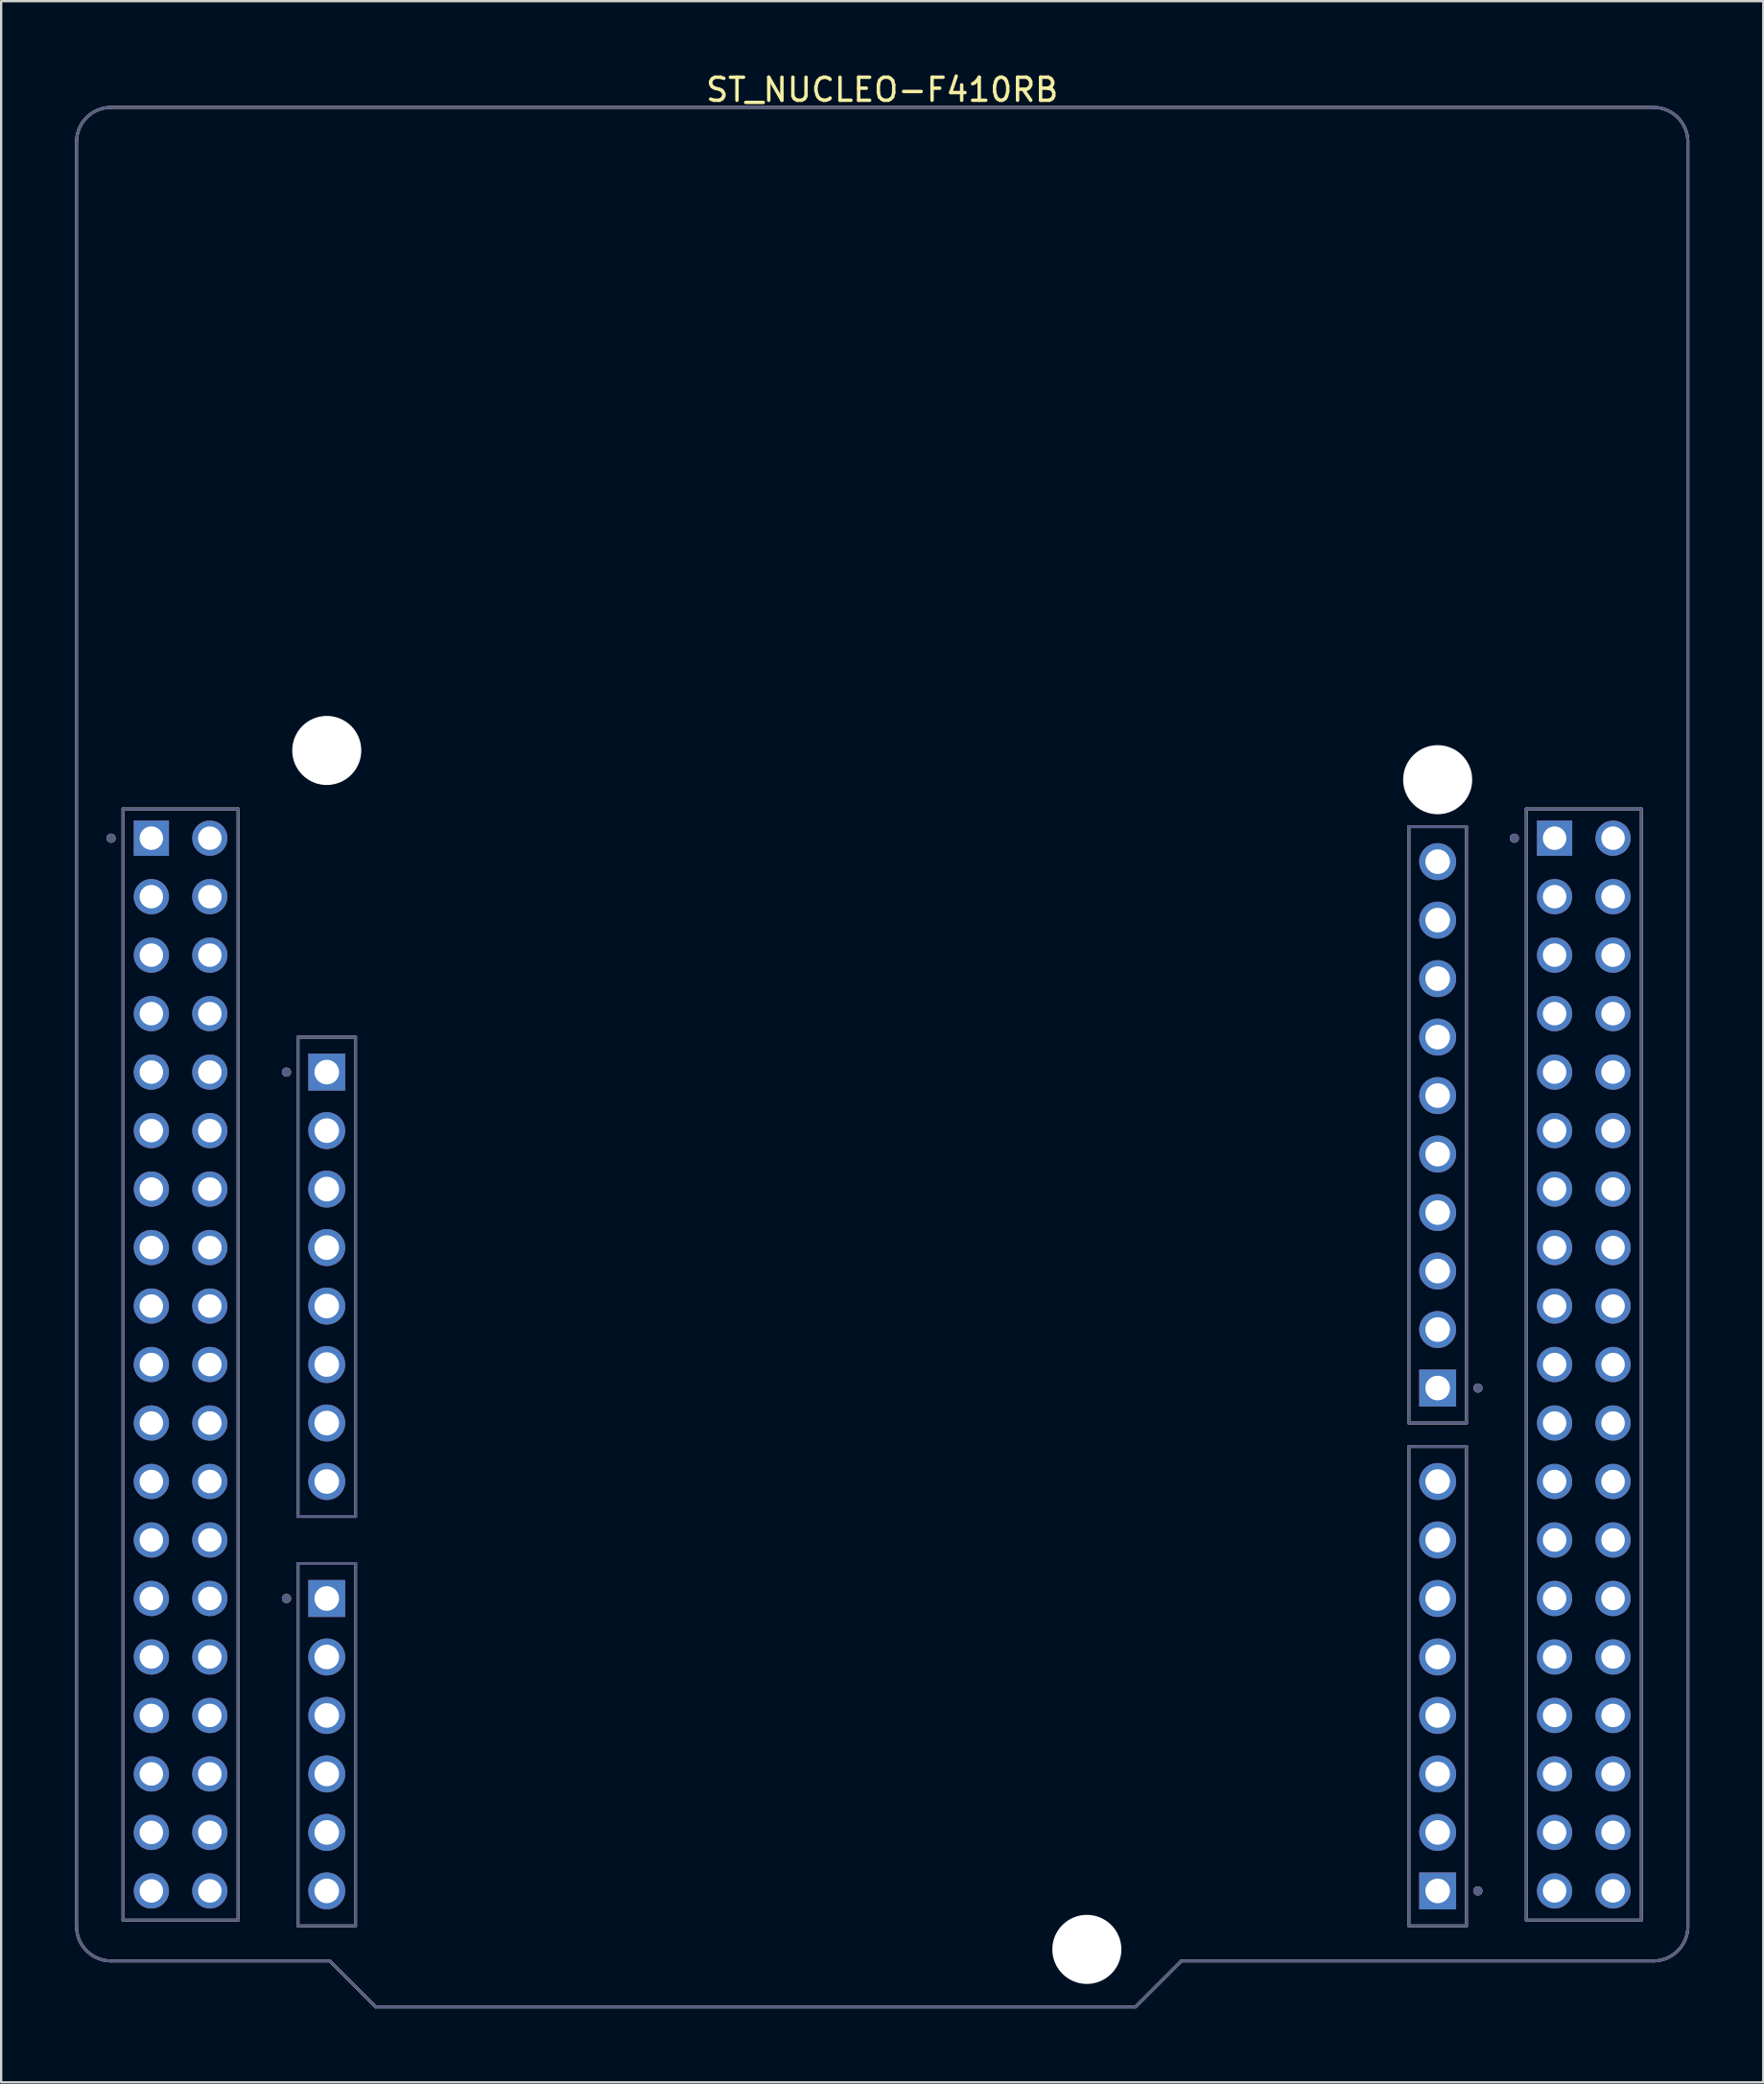
<source format=kicad_pcb>
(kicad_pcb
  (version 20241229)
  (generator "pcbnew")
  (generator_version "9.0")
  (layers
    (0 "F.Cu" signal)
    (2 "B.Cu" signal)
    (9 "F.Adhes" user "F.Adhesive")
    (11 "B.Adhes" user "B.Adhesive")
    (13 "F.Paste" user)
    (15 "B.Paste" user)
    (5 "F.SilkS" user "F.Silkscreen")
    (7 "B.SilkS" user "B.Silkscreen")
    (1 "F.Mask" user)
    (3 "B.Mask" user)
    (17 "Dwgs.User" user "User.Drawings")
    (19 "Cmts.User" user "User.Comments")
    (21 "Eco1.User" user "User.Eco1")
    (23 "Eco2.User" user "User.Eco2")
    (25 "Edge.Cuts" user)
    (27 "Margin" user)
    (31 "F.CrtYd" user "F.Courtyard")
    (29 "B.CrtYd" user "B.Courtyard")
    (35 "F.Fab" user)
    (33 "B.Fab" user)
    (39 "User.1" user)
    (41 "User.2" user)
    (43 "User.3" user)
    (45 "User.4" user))
  (footprint "ST_NUCLEO-F410RB"
    (layer "F.Cu")
    (at 35.275 42.862)
    (property "Reference" "ST_NUCLEO-F410RB" (at 0 -42.014 0) (layer "F.SilkS") (effects (font (size 1 1) (thickness 0.15))))
    (fp_line (start -35 37.75) (end -35 -39.75) (stroke (width 0.127) (type solid)) (layer "F.SilkS"))
    (fp_line (start -33.5 -41.25) (end 33.5 -41.25) (stroke (width 0.127) (type solid)) (layer "F.SilkS"))
    (fp_line (start -33.5 39.25) (end -24 39.25) (stroke (width 0.127) (type solid)) (layer "F.SilkS"))
    (fp_line (start -32.98 -10.78) (end -27.98 -10.78) (stroke (width 0.127) (type solid)) (layer "F.SilkS"))
    (fp_line (start -32.98 37.48) (end -32.98 -10.78) (stroke (width 0.127) (type solid)) (layer "F.SilkS"))
    (fp_line (start -32.98 37.48) (end -27.98 37.48) (stroke (width 0.127) (type solid)) (layer "F.SilkS"))
    (fp_line (start -27.98 37.48) (end -27.98 -10.78) (stroke (width 0.127) (type solid)) (layer "F.SilkS"))
    (fp_line (start -25.38 -0.87) (end -22.88 -0.87) (stroke (width 0.127) (type solid)) (layer "F.SilkS"))
    (fp_line (start -25.38 19.95) (end -25.38 -0.87) (stroke (width 0.127) (type solid)) (layer "F.SilkS"))
    (fp_line (start -25.38 19.95) (end -22.88 19.95) (stroke (width 0.127) (type solid)) (layer "F.SilkS"))
    (fp_line (start -25.38 21.99) (end -22.88 21.99) (stroke (width 0.127) (type solid)) (layer "F.SilkS"))
    (fp_line (start -25.38 37.73) (end -25.38 21.99) (stroke (width 0.127) (type solid)) (layer "F.SilkS"))
    (fp_line (start -25.38 37.73) (end -22.88 37.73) (stroke (width 0.127) (type solid)) (layer "F.SilkS"))
    (fp_line (start -24 39.25) (end -22 41.25) (stroke (width 0.127) (type solid)) (layer "F.SilkS"))
    (fp_line (start -22.88 19.95) (end -22.88 -0.87) (stroke (width 0.127) (type solid)) (layer "F.SilkS"))
    (fp_line (start -22.88 37.73) (end -22.88 21.99) (stroke (width 0.127) (type solid)) (layer "F.SilkS"))
    (fp_line (start -22 41.25) (end 11 41.25) (stroke (width 0.127) (type solid)) (layer "F.SilkS"))
    (fp_line (start 11 41.25) (end 13 39.25) (stroke (width 0.127) (type solid)) (layer "F.SilkS"))
    (fp_line (start 13 39.25) (end 33.5 39.25) (stroke (width 0.127) (type solid)) (layer "F.SilkS"))
    (fp_line (start 22.88 -10.01) (end 25.38 -10.01) (stroke (width 0.127) (type solid)) (layer "F.SilkS"))
    (fp_line (start 22.88 15.89) (end 22.88 -10.01) (stroke (width 0.127) (type solid)) (layer "F.SilkS"))
    (fp_line (start 22.88 15.89) (end 25.38 15.89) (stroke (width 0.127) (type solid)) (layer "F.SilkS"))
    (fp_line (start 22.88 16.91) (end 25.38 16.91) (stroke (width 0.127) (type solid)) (layer "F.SilkS"))
    (fp_line (start 22.88 37.73) (end 22.88 16.91) (stroke (width 0.127) (type solid)) (layer "F.SilkS"))
    (fp_line (start 22.88 37.73) (end 25.38 37.73) (stroke (width 0.127) (type solid)) (layer "F.SilkS"))
    (fp_line (start 25.38 15.89) (end 25.38 -10.01) (stroke (width 0.127) (type solid)) (layer "F.SilkS"))
    (fp_line (start 25.38 37.73) (end 25.38 16.91) (stroke (width 0.127) (type solid)) (layer "F.SilkS"))
    (fp_line (start 27.98 -10.78) (end 32.98 -10.78) (stroke (width 0.127) (type solid)) (layer "F.SilkS"))
    (fp_line (start 27.98 37.48) (end 27.98 -10.78) (stroke (width 0.127) (type solid)) (layer "F.SilkS"))
    (fp_line (start 27.98 37.48) (end 32.98 37.48) (stroke (width 0.127) (type solid)) (layer "F.SilkS"))
    (fp_line (start 32.98 37.48) (end 32.98 -10.78) (stroke (width 0.127) (type solid)) (layer "F.SilkS"))
    (fp_line (start 35 37.75) (end 35 -39.75) (stroke (width 0.127) (type solid)) (layer "F.SilkS"))
    (fp_arc (start -35 -39.75) (mid -34.56066 -40.81066) (end -33.5 -41.25) (stroke (width 0.127) (type solid)) (layer "F.SilkS"))
    (fp_arc (start -33.5 39.25) (mid -34.56066 38.81066) (end -35 37.75) (stroke (width 0.127) (type solid)) (layer "F.SilkS"))
    (fp_arc (start 33.5 -41.25) (mid 34.56066 -40.81066) (end 35 -39.75) (stroke (width 0.127) (type solid)) (layer "F.SilkS"))
    (fp_arc (start 35 37.75) (mid 34.56066 38.81066) (end 33.5 39.25) (stroke (width 0.127) (type solid)) (layer "F.SilkS"))
    (fp_circle (center -33.5 -9.51) (end -33.5 -9.61) (stroke (width 0.2) (type solid)) (fill no) (layer "F.SilkS"))
    (fp_circle (center -25.88 0.65) (end -25.88 0.55) (stroke (width 0.2) (type solid)) (fill no) (layer "F.SilkS"))
    (fp_circle (center -25.88 23.51) (end -25.88 23.41) (stroke (width 0.2) (type solid)) (fill no) (layer "F.SilkS"))
    (fp_circle (center 25.88 14.37) (end 25.88 14.27) (stroke (width 0.2) (type solid)) (fill no) (layer "F.SilkS"))
    (fp_circle (center 25.88 36.21) (end 25.88 36.11) (stroke (width 0.2) (type solid)) (fill no) (layer "F.SilkS"))
    (fp_circle (center 27.46 -9.51) (end 27.46 -9.61) (stroke (width 0.2) (type solid)) (fill no) (layer "F.SilkS"))
    (fp_line (start -35.25 37.75) (end -35.25 -39.75) (stroke (width 0.05) (type solid)) (layer "Eco2.User"))
    (fp_line (start -33.5 -41.5) (end 33.5 -41.5) (stroke (width 0.05) (type solid)) (layer "Eco2.User"))
    (fp_line (start -33.5 39.5) (end -24.125 39.5) (stroke (width 0.05) (type solid)) (layer "Eco2.User"))
    (fp_line (start -24.125 39.5) (end -22.125 41.5) (stroke (width 0.05) (type solid)) (layer "Eco2.User"))
    (fp_line (start -22.125 41.5) (end 11.125 41.5) (stroke (width 0.05) (type solid)) (layer "Eco2.User"))
    (fp_line (start 11.125 41.5) (end 13.125 39.5) (stroke (width 0.05) (type solid)) (layer "Eco2.User"))
    (fp_line (start 13.125 39.5) (end 33.5 39.5) (stroke (width 0.05) (type solid)) (layer "Eco2.User"))
    (fp_line (start 35.25 37.75) (end 35.25 -39.75) (stroke (width 0.05) (type solid)) (layer "Eco2.User"))
    (fp_arc (start -35.25 -39.75) (mid -34.737437 -40.987437) (end -33.5 -41.5) (stroke (width 0.05) (type solid)) (layer "Eco2.User"))
    (fp_arc (start -33.5 39.5) (mid -34.737437 38.987437) (end -35.25 37.75) (stroke (width 0.05) (type solid)) (layer "Eco2.User"))
    (fp_arc (start 33.5 -41.5) (mid 34.737437 -40.987437) (end 35.25 -39.75) (stroke (width 0.05) (type solid)) (layer "Eco2.User"))
    (fp_arc (start 35.25 37.75) (mid 34.737437 38.987437) (end 33.5 39.5) (stroke (width 0.05) (type solid)) (layer "Eco2.User"))
    (fp_line (start -35 37.75) (end -35 -39.75) (stroke (width 0.127) (type solid)) (layer "B.Fab"))
    (fp_line (start -33.5 -41.25) (end 33.5 -41.25) (stroke (width 0.127) (type solid)) (layer "B.Fab"))
    (fp_line (start -33.5 39.25) (end -24 39.25) (stroke (width 0.127) (type solid)) (layer "B.Fab"))
    (fp_line (start -32.98 -10.78) (end -27.98 -10.78) (stroke (width 0.127) (type solid)) (layer "B.Fab"))
    (fp_line (start -32.98 37.48) (end -32.98 -10.78) (stroke (width 0.127) (type solid)) (layer "B.Fab"))
    (fp_line (start -32.98 37.48) (end -27.98 37.48) (stroke (width 0.127) (type solid)) (layer "B.Fab"))
    (fp_line (start -27.98 37.48) (end -27.98 -10.78) (stroke (width 0.127) (type solid)) (layer "B.Fab"))
    (fp_line (start -25.38 -0.87) (end -22.88 -0.87) (stroke (width 0.127) (type solid)) (layer "B.Fab"))
    (fp_line (start -25.38 19.95) (end -25.38 -0.87) (stroke (width 0.127) (type solid)) (layer "B.Fab"))
    (fp_line (start -25.38 19.95) (end -22.88 19.95) (stroke (width 0.127) (type solid)) (layer "B.Fab"))
    (fp_line (start -25.38 21.99) (end -22.88 21.99) (stroke (width 0.127) (type solid)) (layer "B.Fab"))
    (fp_line (start -25.38 37.73) (end -25.38 21.99) (stroke (width 0.127) (type solid)) (layer "B.Fab"))
    (fp_line (start -25.38 37.73) (end -22.88 37.73) (stroke (width 0.127) (type solid)) (layer "B.Fab"))
    (fp_line (start -24 39.25) (end -22 41.25) (stroke (width 0.127) (type solid)) (layer "B.Fab"))
    (fp_line (start -22.88 19.95) (end -22.88 -0.87) (stroke (width 0.127) (type solid)) (layer "B.Fab"))
    (fp_line (start -22.88 37.73) (end -22.88 21.99) (stroke (width 0.127) (type solid)) (layer "B.Fab"))
    (fp_line (start -22 41.25) (end 11 41.25) (stroke (width 0.127) (type solid)) (layer "B.Fab"))
    (fp_line (start 11 41.25) (end 13 39.25) (stroke (width 0.127) (type solid)) (layer "B.Fab"))
    (fp_line (start 13 39.25) (end 33.5 39.25) (stroke (width 0.127) (type solid)) (layer "B.Fab"))
    (fp_line (start 22.88 -10.01) (end 25.38 -10.01) (stroke (width 0.127) (type solid)) (layer "B.Fab"))
    (fp_line (start 22.88 15.89) (end 22.88 -10.01) (stroke (width 0.127) (type solid)) (layer "B.Fab"))
    (fp_line (start 22.88 15.89) (end 25.38 15.89) (stroke (width 0.127) (type solid)) (layer "B.Fab"))
    (fp_line (start 22.88 16.91) (end 25.38 16.91) (stroke (width 0.127) (type solid)) (layer "B.Fab"))
    (fp_line (start 22.88 37.73) (end 22.88 16.91) (stroke (width 0.127) (type solid)) (layer "B.Fab"))
    (fp_line (start 22.88 37.73) (end 25.38 37.73) (stroke (width 0.127) (type solid)) (layer "B.Fab"))
    (fp_line (start 25.38 15.89) (end 25.38 -10.01) (stroke (width 0.127) (type solid)) (layer "B.Fab"))
    (fp_line (start 25.38 37.73) (end 25.38 16.91) (stroke (width 0.127) (type solid)) (layer "B.Fab"))
    (fp_line (start 27.98 -10.78) (end 32.98 -10.78) (stroke (width 0.127) (type solid)) (layer "B.Fab"))
    (fp_line (start 27.98 37.48) (end 27.98 -10.78) (stroke (width 0.127) (type solid)) (layer "B.Fab"))
    (fp_line (start 27.98 37.48) (end 32.98 37.48) (stroke (width 0.127) (type solid)) (layer "B.Fab"))
    (fp_line (start 32.98 37.48) (end 32.98 -10.78) (stroke (width 0.127) (type solid)) (layer "B.Fab"))
    (fp_line (start 35 37.75) (end 35 -39.75) (stroke (width 0.127) (type solid)) (layer "B.Fab"))
    (fp_arc (start -35 -39.75) (mid -34.56066 -40.81066) (end -33.5 -41.25) (stroke (width 0.127) (type solid)) (layer "B.Fab"))
    (fp_arc (start -33.5 39.25) (mid -34.56066 38.81066) (end -35 37.75) (stroke (width 0.127) (type solid)) (layer "B.Fab"))
    (fp_arc (start 33.5 -41.25) (mid 34.56066 -40.81066) (end 35 -39.75) (stroke (width 0.127) (type solid)) (layer "B.Fab"))
    (fp_arc (start 35 37.75) (mid 34.56066 38.81066) (end 33.5 39.25) (stroke (width 0.127) (type solid)) (layer "B.Fab"))
    (fp_circle (center -33.5 -9.51) (end -33.5 -9.61) (stroke (width 0.2) (type solid)) (fill no) (layer "B.Fab"))
    (fp_circle (center -25.88 0.65) (end -25.88 0.55) (stroke (width 0.2) (type solid)) (fill no) (layer "B.Fab"))
    (fp_circle (center -25.88 23.51) (end -25.88 23.41) (stroke (width 0.2) (type solid)) (fill no) (layer "B.Fab"))
    (fp_circle (center 25.88 14.37) (end 25.88 14.27) (stroke (width 0.2) (type solid)) (fill no) (layer "B.Fab"))
    (fp_circle (center 25.88 36.21) (end 25.88 36.11) (stroke (width 0.2) (type solid)) (fill no) (layer "B.Fab"))
    (fp_circle (center 27.46 -9.51) (end 27.46 -9.61) (stroke (width 0.2) (type solid)) (fill no) (layer "B.Fab"))
    (pad "" np_thru_hole circle (at -24.13 -13.32) (size 3 3) (drill 3) (layers "*.Cu" "*.Mask"))
    (pad "" np_thru_hole circle (at 8.89 38.75) (size 3 3) (drill 3) (layers "*.Cu" "*.Mask"))
    (pad "" np_thru_hole circle (at 24.13 -12.05) (size 3 3) (drill 3) (layers "*.Cu" "*.Mask"))
    (pad "CN5_1" thru_hole rect (at 24.13 14.37 180) (size 1.605 1.605) (drill 1.07) (layers "*.Cu" "*.Mask"))
    (pad "CN5_2" thru_hole circle (at 24.13 11.83 180) (size 1.605 1.605) (drill 1.07) (layers "*.Cu" "*.Mask"))
    (pad "CN5_3" thru_hole circle (at 24.13 9.29 180) (size 1.605 1.605) (drill 1.07) (layers "*.Cu" "*.Mask"))
    (pad "CN5_4" thru_hole circle (at 24.13 6.75 180) (size 1.605 1.605) (drill 1.07) (layers "*.Cu" "*.Mask"))
    (pad "CN5_5" thru_hole circle (at 24.13 4.21 180) (size 1.605 1.605) (drill 1.07) (layers "*.Cu" "*.Mask"))
    (pad "CN5_6" thru_hole circle (at 24.13 1.67 180) (size 1.605 1.605) (drill 1.07) (layers "*.Cu" "*.Mask"))
    (pad "CN5_7" thru_hole circle (at 24.13 -0.87 180) (size 1.605 1.605) (drill 1.07) (layers "*.Cu" "*.Mask"))
    (pad "CN5_8" thru_hole circle (at 24.13 -3.41 180) (size 1.605 1.605) (drill 1.07) (layers "*.Cu" "*.Mask"))
    (pad "CN5_9" thru_hole circle (at 24.13 -5.95 180) (size 1.605 1.605) (drill 1.07) (layers "*.Cu" "*.Mask"))
    (pad "CN5_10" thru_hole circle (at 24.13 -8.49 180) (size 1.605 1.605) (drill 1.07) (layers "*.Cu" "*.Mask"))
    (pad "CN6_1" thru_hole rect (at -24.13 0.65) (size 1.605 1.605) (drill 1.07) (layers "*.Cu" "*.Mask"))
    (pad "CN6_2" thru_hole circle (at -24.13 3.19) (size 1.605 1.605) (drill 1.07) (layers "*.Cu" "*.Mask"))
    (pad "CN6_3" thru_hole circle (at -24.13 5.73) (size 1.605 1.605) (drill 1.07) (layers "*.Cu" "*.Mask"))
    (pad "CN6_4" thru_hole circle (at -24.13 8.27) (size 1.605 1.605) (drill 1.07) (layers "*.Cu" "*.Mask"))
    (pad "CN6_5" thru_hole circle (at -24.13 10.81) (size 1.605 1.605) (drill 1.07) (layers "*.Cu" "*.Mask"))
    (pad "CN6_6" thru_hole circle (at -24.13 13.35) (size 1.605 1.605) (drill 1.07) (layers "*.Cu" "*.Mask"))
    (pad "CN6_7" thru_hole circle (at -24.13 15.89) (size 1.605 1.605) (drill 1.07) (layers "*.Cu" "*.Mask"))
    (pad "CN6_8" thru_hole circle (at -24.13 18.43) (size 1.605 1.605) (drill 1.07) (layers "*.Cu" "*.Mask"))
    (pad "CN7_1" thru_hole rect (at -31.75 -9.51) (size 1.53 1.53) (drill 1.02) (layers "*.Cu" "*.Mask"))
    (pad "CN7_2" thru_hole circle (at -29.21 -9.51) (size 1.53 1.53) (drill 1.02) (layers "*.Cu" "*.Mask"))
    (pad "CN7_3" thru_hole circle (at -31.75 -6.97) (size 1.53 1.53) (drill 1.02) (layers "*.Cu" "*.Mask"))
    (pad "CN7_4" thru_hole circle (at -29.21 -6.97) (size 1.53 1.53) (drill 1.02) (layers "*.Cu" "*.Mask"))
    (pad "CN7_5" thru_hole circle (at -31.75 -4.43) (size 1.53 1.53) (drill 1.02) (layers "*.Cu" "*.Mask"))
    (pad "CN7_6" thru_hole circle (at -29.21 -4.43) (size 1.53 1.53) (drill 1.02) (layers "*.Cu" "*.Mask"))
    (pad "CN7_7" thru_hole circle (at -31.75 -1.89) (size 1.53 1.53) (drill 1.02) (layers "*.Cu" "*.Mask"))
    (pad "CN7_8" thru_hole circle (at -29.21 -1.89) (size 1.53 1.53) (drill 1.02) (layers "*.Cu" "*.Mask"))
    (pad "CN7_9" thru_hole circle (at -31.75 0.65) (size 1.53 1.53) (drill 1.02) (layers "*.Cu" "*.Mask"))
    (pad "CN7_10" thru_hole circle (at -29.21 0.65) (size 1.53 1.53) (drill 1.02) (layers "*.Cu" "*.Mask"))
    (pad "CN7_11" thru_hole circle (at -31.75 3.19) (size 1.53 1.53) (drill 1.02) (layers "*.Cu" "*.Mask"))
    (pad "CN7_12" thru_hole circle (at -29.21 3.19) (size 1.53 1.53) (drill 1.02) (layers "*.Cu" "*.Mask"))
    (pad "CN7_13" thru_hole circle (at -31.75 5.73) (size 1.53 1.53) (drill 1.02) (layers "*.Cu" "*.Mask"))
    (pad "CN7_14" thru_hole circle (at -29.21 5.73) (size 1.53 1.53) (drill 1.02) (layers "*.Cu" "*.Mask"))
    (pad "CN7_15" thru_hole circle (at -31.75 8.27) (size 1.53 1.53) (drill 1.02) (layers "*.Cu" "*.Mask"))
    (pad "CN7_16" thru_hole circle (at -29.21 8.27) (size 1.53 1.53) (drill 1.02) (layers "*.Cu" "*.Mask"))
    (pad "CN7_17" thru_hole circle (at -31.75 10.81) (size 1.53 1.53) (drill 1.02) (layers "*.Cu" "*.Mask"))
    (pad "CN7_18" thru_hole circle (at -29.21 10.81) (size 1.53 1.53) (drill 1.02) (layers "*.Cu" "*.Mask"))
    (pad "CN7_19" thru_hole circle (at -31.75 13.35) (size 1.53 1.53) (drill 1.02) (layers "*.Cu" "*.Mask"))
    (pad "CN7_20" thru_hole circle (at -29.21 13.35) (size 1.53 1.53) (drill 1.02) (layers "*.Cu" "*.Mask"))
    (pad "CN7_21" thru_hole circle (at -31.75 15.89) (size 1.53 1.53) (drill 1.02) (layers "*.Cu" "*.Mask"))
    (pad "CN7_22" thru_hole circle (at -29.21 15.89) (size 1.53 1.53) (drill 1.02) (layers "*.Cu" "*.Mask"))
    (pad "CN7_23" thru_hole circle (at -31.75 18.43) (size 1.53 1.53) (drill 1.02) (layers "*.Cu" "*.Mask"))
    (pad "CN7_24" thru_hole circle (at -29.21 18.43) (size 1.53 1.53) (drill 1.02) (layers "*.Cu" "*.Mask"))
    (pad "CN7_25" thru_hole circle (at -31.75 20.97) (size 1.53 1.53) (drill 1.02) (layers "*.Cu" "*.Mask"))
    (pad "CN7_26" thru_hole circle (at -29.21 20.97) (size 1.53 1.53) (drill 1.02) (layers "*.Cu" "*.Mask"))
    (pad "CN7_27" thru_hole circle (at -31.75 23.51) (size 1.53 1.53) (drill 1.02) (layers "*.Cu" "*.Mask"))
    (pad "CN7_28" thru_hole circle (at -29.21 23.51) (size 1.53 1.53) (drill 1.02) (layers "*.Cu" "*.Mask"))
    (pad "CN7_29" thru_hole circle (at -31.75 26.05) (size 1.53 1.53) (drill 1.02) (layers "*.Cu" "*.Mask"))
    (pad "CN7_30" thru_hole circle (at -29.21 26.05) (size 1.53 1.53) (drill 1.02) (layers "*.Cu" "*.Mask"))
    (pad "CN7_31" thru_hole circle (at -31.75 28.59) (size 1.53 1.53) (drill 1.02) (layers "*.Cu" "*.Mask"))
    (pad "CN7_32" thru_hole circle (at -29.21 28.59) (size 1.53 1.53) (drill 1.02) (layers "*.Cu" "*.Mask"))
    (pad "CN7_33" thru_hole circle (at -31.75 31.13) (size 1.53 1.53) (drill 1.02) (layers "*.Cu" "*.Mask"))
    (pad "CN7_34" thru_hole circle (at -29.21 31.13) (size 1.53 1.53) (drill 1.02) (layers "*.Cu" "*.Mask"))
    (pad "CN7_35" thru_hole circle (at -31.75 33.67) (size 1.53 1.53) (drill 1.02) (layers "*.Cu" "*.Mask"))
    (pad "CN7_36" thru_hole circle (at -29.21 33.67) (size 1.53 1.53) (drill 1.02) (layers "*.Cu" "*.Mask"))
    (pad "CN7_37" thru_hole circle (at -31.75 36.21) (size 1.53 1.53) (drill 1.02) (layers "*.Cu" "*.Mask"))
    (pad "CN7_38" thru_hole circle (at -29.21 36.21) (size 1.53 1.53) (drill 1.02) (layers "*.Cu" "*.Mask"))
    (pad "CN8_1" thru_hole rect (at -24.13 23.51) (size 1.605 1.605) (drill 1.07) (layers "*.Cu" "*.Mask"))
    (pad "CN8_2" thru_hole circle (at -24.13 26.05) (size 1.605 1.605) (drill 1.07) (layers "*.Cu" "*.Mask"))
    (pad "CN8_3" thru_hole circle (at -24.13 28.59) (size 1.605 1.605) (drill 1.07) (layers "*.Cu" "*.Mask"))
    (pad "CN8_4" thru_hole circle (at -24.13 31.13) (size 1.605 1.605) (drill 1.07) (layers "*.Cu" "*.Mask"))
    (pad "CN8_5" thru_hole circle (at -24.13 33.67) (size 1.605 1.605) (drill 1.07) (layers "*.Cu" "*.Mask"))
    (pad "CN8_6" thru_hole circle (at -24.13 36.21) (size 1.605 1.605) (drill 1.07) (layers "*.Cu" "*.Mask"))
    (pad "CN9_1" thru_hole rect (at 24.13 36.21 180) (size 1.605 1.605) (drill 1.07) (layers "*.Cu" "*.Mask"))
    (pad "CN9_2" thru_hole circle (at 24.13 33.67 180) (size 1.605 1.605) (drill 1.07) (layers "*.Cu" "*.Mask"))
    (pad "CN9_3" thru_hole circle (at 24.13 31.13 180) (size 1.605 1.605) (drill 1.07) (layers "*.Cu" "*.Mask"))
    (pad "CN9_4" thru_hole circle (at 24.13 28.59 180) (size 1.605 1.605) (drill 1.07) (layers "*.Cu" "*.Mask"))
    (pad "CN9_5" thru_hole circle (at 24.13 26.05 180) (size 1.605 1.605) (drill 1.07) (layers "*.Cu" "*.Mask"))
    (pad "CN9_6" thru_hole circle (at 24.13 23.51 180) (size 1.605 1.605) (drill 1.07) (layers "*.Cu" "*.Mask"))
    (pad "CN9_7" thru_hole circle (at 24.13 20.97 180) (size 1.605 1.605) (drill 1.07) (layers "*.Cu" "*.Mask"))
    (pad "CN9_8" thru_hole circle (at 24.13 18.43 180) (size 1.605 1.605) (drill 1.07) (layers "*.Cu" "*.Mask"))
    (pad "CN10_1" thru_hole rect (at 29.21 -9.51) (size 1.53 1.53) (drill 1.02) (layers "*.Cu" "*.Mask"))
    (pad "CN10_2" thru_hole circle (at 31.75 -9.51) (size 1.53 1.53) (drill 1.02) (layers "*.Cu" "*.Mask"))
    (pad "CN10_3" thru_hole circle (at 29.21 -6.97) (size 1.53 1.53) (drill 1.02) (layers "*.Cu" "*.Mask"))
    (pad "CN10_4" thru_hole circle (at 31.75 -6.97) (size 1.53 1.53) (drill 1.02) (layers "*.Cu" "*.Mask"))
    (pad "CN10_5" thru_hole circle (at 29.21 -4.43) (size 1.53 1.53) (drill 1.02) (layers "*.Cu" "*.Mask"))
    (pad "CN10_6" thru_hole circle (at 31.75 -4.43) (size 1.53 1.53) (drill 1.02) (layers "*.Cu" "*.Mask"))
    (pad "CN10_7" thru_hole circle (at 29.21 -1.89) (size 1.53 1.53) (drill 1.02) (layers "*.Cu" "*.Mask"))
    (pad "CN10_8" thru_hole circle (at 31.75 -1.89) (size 1.53 1.53) (drill 1.02) (layers "*.Cu" "*.Mask"))
    (pad "CN10_9" thru_hole circle (at 29.21 0.65) (size 1.53 1.53) (drill 1.02) (layers "*.Cu" "*.Mask"))
    (pad "CN10_10" thru_hole circle (at 31.75 0.65) (size 1.53 1.53) (drill 1.02) (layers "*.Cu" "*.Mask"))
    (pad "CN10_11" thru_hole circle (at 29.21 3.19) (size 1.53 1.53) (drill 1.02) (layers "*.Cu" "*.Mask"))
    (pad "CN10_12" thru_hole circle (at 31.75 3.19) (size 1.53 1.53) (drill 1.02) (layers "*.Cu" "*.Mask"))
    (pad "CN10_13" thru_hole circle (at 29.21 5.73) (size 1.53 1.53) (drill 1.02) (layers "*.Cu" "*.Mask"))
    (pad "CN10_14" thru_hole circle (at 31.75 5.73) (size 1.53 1.53) (drill 1.02) (layers "*.Cu" "*.Mask"))
    (pad "CN10_15" thru_hole circle (at 29.21 8.27) (size 1.53 1.53) (drill 1.02) (layers "*.Cu" "*.Mask"))
    (pad "CN10_16" thru_hole circle (at 31.75 8.27) (size 1.53 1.53) (drill 1.02) (layers "*.Cu" "*.Mask"))
    (pad "CN10_17" thru_hole circle (at 29.21 10.81) (size 1.53 1.53) (drill 1.02) (layers "*.Cu" "*.Mask"))
    (pad "CN10_18" thru_hole circle (at 31.75 10.81) (size 1.53 1.53) (drill 1.02) (layers "*.Cu" "*.Mask"))
    (pad "CN10_19" thru_hole circle (at 29.21 13.35) (size 1.53 1.53) (drill 1.02) (layers "*.Cu" "*.Mask"))
    (pad "CN10_20" thru_hole circle (at 31.75 13.35) (size 1.53 1.53) (drill 1.02) (layers "*.Cu" "*.Mask"))
    (pad "CN10_21" thru_hole circle (at 29.21 15.89) (size 1.53 1.53) (drill 1.02) (layers "*.Cu" "*.Mask"))
    (pad "CN10_22" thru_hole circle (at 31.75 15.89) (size 1.53 1.53) (drill 1.02) (layers "*.Cu" "*.Mask"))
    (pad "CN10_23" thru_hole circle (at 29.21 18.43) (size 1.53 1.53) (drill 1.02) (layers "*.Cu" "*.Mask"))
    (pad "CN10_24" thru_hole circle (at 31.75 18.43) (size 1.53 1.53) (drill 1.02) (layers "*.Cu" "*.Mask"))
    (pad "CN10_25" thru_hole circle (at 29.21 20.97) (size 1.53 1.53) (drill 1.02) (layers "*.Cu" "*.Mask"))
    (pad "CN10_26" thru_hole circle (at 31.75 20.97) (size 1.53 1.53) (drill 1.02) (layers "*.Cu" "*.Mask"))
    (pad "CN10_27" thru_hole circle (at 29.21 23.51) (size 1.53 1.53) (drill 1.02) (layers "*.Cu" "*.Mask"))
    (pad "CN10_28" thru_hole circle (at 31.75 23.51) (size 1.53 1.53) (drill 1.02) (layers "*.Cu" "*.Mask"))
    (pad "CN10_29" thru_hole circle (at 29.21 26.05) (size 1.53 1.53) (drill 1.02) (layers "*.Cu" "*.Mask"))
    (pad "CN10_30" thru_hole circle (at 31.75 26.05) (size 1.53 1.53) (drill 1.02) (layers "*.Cu" "*.Mask"))
    (pad "CN10_31" thru_hole circle (at 29.21 28.59) (size 1.53 1.53) (drill 1.02) (layers "*.Cu" "*.Mask"))
    (pad "CN10_32" thru_hole circle (at 31.75 28.59) (size 1.53 1.53) (drill 1.02) (layers "*.Cu" "*.Mask"))
    (pad "CN10_33" thru_hole circle (at 29.21 31.13) (size 1.53 1.53) (drill 1.02) (layers "*.Cu" "*.Mask"))
    (pad "CN10_34" thru_hole circle (at 31.75 31.13) (size 1.53 1.53) (drill 1.02) (layers "*.Cu" "*.Mask"))
    (pad "CN10_35" thru_hole circle (at 29.21 33.67) (size 1.53 1.53) (drill 1.02) (layers "*.Cu" "*.Mask"))
    (pad "CN10_36" thru_hole circle (at 31.75 33.67) (size 1.53 1.53) (drill 1.02) (layers "*.Cu" "*.Mask"))
    (pad "CN10_37" thru_hole circle (at 29.21 36.21) (size 1.53 1.53) (drill 1.02) (layers "*.Cu" "*.Mask"))
    (pad "CN10_38" thru_hole circle (at 31.75 36.21) (size 1.53 1.53) (drill 1.02) (layers "*.Cu" "*.Mask")))
  (gr_rect
    (start -3 -3)
    (end 73.55 87.387)
    (stroke (width 0.1) (type default))
    (fill no)
    (layer "Edge.Cuts")))
</source>
